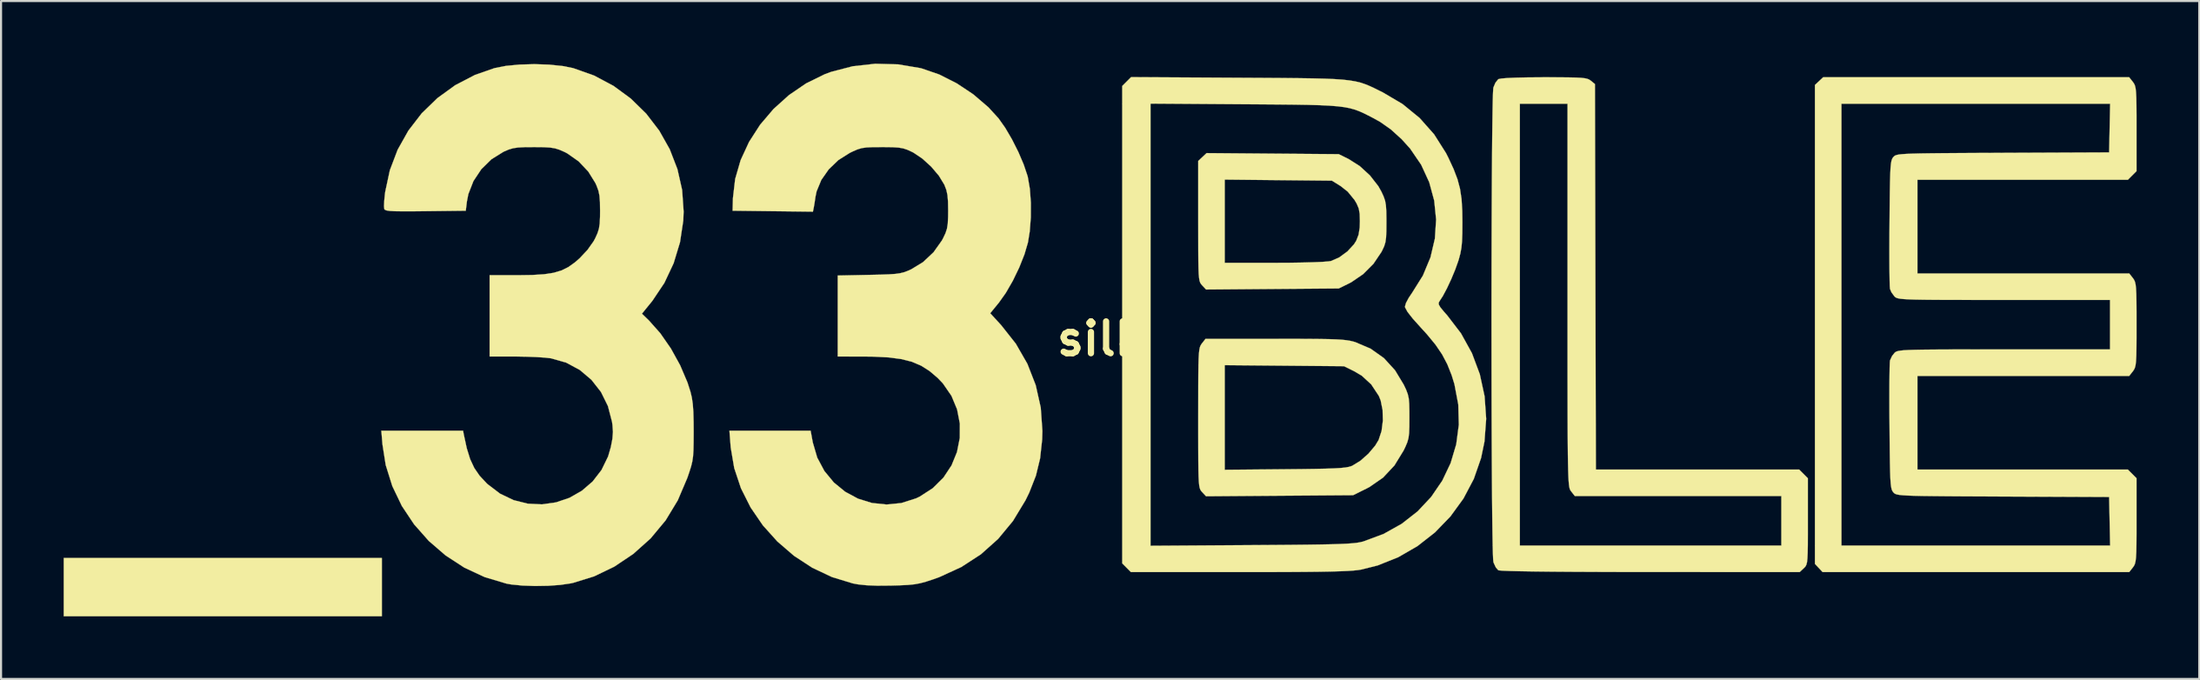
<source format=kicad_pcb>
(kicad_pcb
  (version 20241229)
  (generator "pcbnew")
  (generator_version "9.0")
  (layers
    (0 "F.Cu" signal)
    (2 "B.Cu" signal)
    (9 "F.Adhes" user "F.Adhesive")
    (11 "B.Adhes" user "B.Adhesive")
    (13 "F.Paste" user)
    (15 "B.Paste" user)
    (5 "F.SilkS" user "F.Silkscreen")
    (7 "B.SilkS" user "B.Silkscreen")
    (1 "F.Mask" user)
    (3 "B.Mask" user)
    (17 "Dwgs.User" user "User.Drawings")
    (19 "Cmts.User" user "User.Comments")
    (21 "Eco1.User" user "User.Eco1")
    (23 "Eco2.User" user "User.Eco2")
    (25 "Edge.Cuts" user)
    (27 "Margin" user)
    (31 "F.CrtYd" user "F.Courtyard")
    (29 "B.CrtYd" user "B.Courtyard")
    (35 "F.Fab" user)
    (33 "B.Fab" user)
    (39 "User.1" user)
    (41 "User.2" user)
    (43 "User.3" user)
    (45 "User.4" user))
  (footprint "silk"
    (layer "F.Cu")
    (at 49.62 13.184)
    (property "Reference" "silk" (at 0 0 0) (layer "F.SilkS") (effects (font (size 1.524 1.524) (thickness 0.3))))
    (attr through_hole)
    (fp_poly (pts (xy -34.375 13.293) (xy -49.615 13.293) (xy -49.615 10.499) (xy -34.375 10.499) (xy -34.375 13.293)) (stroke (width 0.01) (type solid)) (fill yes) (layer "F.SilkS"))
    (fp_poly (pts (xy 8.307 -8.873) (xy 11.472 -8.848) (xy 11.949 -8.613) (xy 12.478 -8.278) (xy 12.968 -7.829) (xy 13.367 -7.318) (xy 13.518 -7.051) (xy 13.623 -6.823) (xy 13.693 -6.622) (xy 13.733 -6.402) (xy 13.752 -6.117) (xy 13.758 -5.722) (xy 13.758 -5.588) (xy 13.755 -5.157) (xy 13.741 -4.85) (xy 13.709 -4.625) (xy 13.651 -4.435) (xy 13.559 -4.237) (xy 13.518 -4.159) (xy 13.139 -3.597) (xy 12.641 -3.098) (xy 12.076 -2.712) (xy 11.978 -2.661) (xy 11.472 -2.413) (xy 8.294 -2.388) (xy 5.117 -2.363) (xy 4.929 -2.563) (xy 4.879 -2.62) (xy 4.838 -2.685) (xy 4.806 -2.775) (xy 4.783 -2.909) (xy 4.765 -3.104) (xy 4.754 -3.378) (xy 4.749 -3.641) (xy 6.011 -3.641) (xy 8.403 -3.641) (xy 9.092 -3.644) (xy 9.716 -3.654) (xy 10.253 -3.668) (xy 10.681 -3.686) (xy 10.979 -3.709) (xy 11.11 -3.729) (xy 11.505 -3.905) (xy 11.89 -4.188) (xy 12.203 -4.527) (xy 12.312 -4.699) (xy 12.424 -4.986) (xy 12.479 -5.332) (xy 12.488 -5.637) (xy 12.478 -5.986) (xy 12.434 -6.239) (xy 12.339 -6.468) (xy 12.232 -6.651) (xy 11.905 -7.051) (xy 11.562 -7.321) (xy 11.147 -7.578) (xy 8.579 -7.603) (xy 6.011 -7.629) (xy 6.011 -3.641) (xy 4.749 -3.641) (xy 4.747 -3.75) (xy 4.743 -4.236) (xy 4.742 -4.856) (xy 4.741 -5.627) (xy 4.741 -8.522) (xy 4.941 -8.71) (xy 5.142 -8.898) (xy 8.307 -8.873)) (stroke (width 0.01) (type solid)) (fill yes) (layer "F.SilkS"))
    (fp_poly (pts (xy 9.274 0.001) (xy 9.973 0.003) (xy 10.539 0.008) (xy 10.991 0.015) (xy 11.346 0.027) (xy 11.622 0.044) (xy 11.838 0.066) (xy 12.012 0.094) (xy 12.161 0.129) (xy 12.269 0.16) (xy 13.002 0.473) (xy 13.638 0.924) (xy 14.172 1.509) (xy 14.587 2.195) (xy 14.703 2.441) (xy 14.78 2.646) (xy 14.827 2.853) (xy 14.85 3.11) (xy 14.858 3.46) (xy 14.859 3.769) (xy 14.857 4.207) (xy 14.845 4.52) (xy 14.815 4.755) (xy 14.759 4.956) (xy 14.669 5.17) (xy 14.58 5.355) (xy 14.143 6.067) (xy 13.598 6.649) (xy 12.946 7.1) (xy 12.803 7.175) (xy 12.159 7.493) (xy 8.638 7.518) (xy 5.117 7.544) (xy 4.929 7.344) (xy 4.882 7.291) (xy 4.844 7.231) (xy 4.813 7.148) (xy 4.789 7.026) (xy 4.771 6.848) (xy 4.758 6.597) (xy 4.75 6.275) (xy 6.011 6.275) (xy 8.911 6.249) (xy 9.709 6.241) (xy 10.355 6.232) (xy 10.868 6.221) (xy 11.267 6.207) (xy 11.568 6.189) (xy 11.791 6.166) (xy 11.953 6.137) (xy 12.073 6.102) (xy 12.123 6.081) (xy 12.51 5.844) (xy 12.895 5.504) (xy 13.221 5.117) (xy 13.386 4.843) (xy 13.526 4.418) (xy 13.589 3.919) (xy 13.575 3.409) (xy 13.483 2.951) (xy 13.394 2.733) (xy 13.03 2.183) (xy 12.576 1.766) (xy 12.207 1.549) (xy 11.726 1.312) (xy 6.011 1.262) (xy 6.011 6.275) (xy 4.75 6.275) (xy 4.75 6.257) (xy 4.745 5.812) (xy 4.742 5.244) (xy 4.741 4.539) (xy 4.741 3.795) (xy 4.742 2.953) (xy 4.743 2.264) (xy 4.746 1.712) (xy 4.752 1.278) (xy 4.761 0.948) (xy 4.775 0.704) (xy 4.794 0.53) (xy 4.819 0.409) (xy 4.851 0.324) (xy 4.89 0.259) (xy 4.917 0.223) (xy 5.092 0) (xy 8.423 0) (xy 9.274 0.001)) (stroke (width 0.01) (type solid)) (fill yes) (layer "F.SilkS"))
    (fp_poly (pts (xy 21.964 -12.53) (xy 22.459 -12.526) (xy 22.829 -12.518) (xy 23.095 -12.504) (xy 23.28 -12.482) (xy 23.406 -12.451) (xy 23.494 -12.409) (xy 23.549 -12.369) (xy 23.749 -12.207) (xy 23.771 -2.971) (xy 23.794 6.265) (xy 33.536 6.265) (xy 33.744 6.473) (xy 33.951 6.681) (xy 33.951 8.744) (xy 33.951 9.388) (xy 33.949 9.883) (xy 33.942 10.252) (xy 33.93 10.517) (xy 33.911 10.699) (xy 33.881 10.819) (xy 33.841 10.9) (xy 33.787 10.962) (xy 33.755 10.992) (xy 33.559 11.176) (xy 26.411 11.173) (xy 25.017 11.172) (xy 23.762 11.168) (xy 22.648 11.163) (xy 21.679 11.156) (xy 20.86 11.147) (xy 20.193 11.136) (xy 19.682 11.124) (xy 19.332 11.11) (xy 19.146 11.094) (xy 19.117 11.086) (xy 19 10.953) (xy 18.898 10.733) (xy 18.884 10.687) (xy 18.872 10.557) (xy 18.86 10.269) (xy 18.849 9.837) (xy 18.839 9.273) (xy 18.83 8.588) (xy 18.822 7.795) (xy 18.815 6.907) (xy 18.809 5.936) (xy 18.804 4.893) (xy 18.8 3.792) (xy 18.797 2.645) (xy 18.795 1.463) (xy 18.794 0.26) (xy 18.793 -0.953) (xy 18.794 -2.163) (xy 18.796 -3.358) (xy 18.799 -4.526) (xy 18.802 -5.653) (xy 18.807 -6.729) (xy 18.812 -7.741) (xy 18.819 -8.676) (xy 18.826 -9.523) (xy 18.835 -10.268) (xy 18.844 -10.9) (xy 18.851 -11.261) (xy 20.151 -11.261) (xy 20.151 9.906) (xy 32.681 9.906) (xy 32.681 7.535) (xy 22.788 7.535) (xy 22.612 7.312) (xy 22.585 7.275) (xy 22.56 7.233) (xy 22.538 7.174) (xy 22.519 7.091) (xy 22.503 6.973) (xy 22.489 6.81) (xy 22.477 6.594) (xy 22.467 6.314) (xy 22.459 5.96) (xy 22.452 5.524) (xy 22.447 4.995) (xy 22.443 4.364) (xy 22.44 3.622) (xy 22.439 2.758) (xy 22.437 1.763) (xy 22.437 0.628) (xy 22.437 -0.658) (xy 22.437 -2.086) (xy 22.437 -11.261) (xy 20.151 -11.261) (xy 18.851 -11.261) (xy 18.854 -11.406) (xy 18.865 -11.774) (xy 18.878 -11.992) (xy 18.885 -12.043) (xy 18.982 -12.272) (xy 19.109 -12.429) (xy 19.133 -12.445) (xy 19.268 -12.472) (xy 19.554 -12.495) (xy 19.97 -12.513) (xy 20.499 -12.525) (xy 21.121 -12.53) (xy 21.321 -12.531) (xy 21.964 -12.53)) (stroke (width 0.01) (type solid)) (fill yes) (layer "F.SilkS"))
    (fp_poly (pts (xy 6.667 -12.509) (xy 7.77 -12.503) (xy 8.718 -12.497) (xy 9.526 -12.489) (xy 10.209 -12.479) (xy 10.781 -12.465) (xy 11.259 -12.445) (xy 11.655 -12.418) (xy 11.985 -12.381) (xy 12.264 -12.335) (xy 12.507 -12.277) (xy 12.728 -12.205) (xy 12.941 -12.119) (xy 13.163 -12.016) (xy 13.407 -11.895) (xy 13.589 -11.805) (xy 14.533 -11.248) (xy 15.351 -10.579) (xy 16.044 -9.797) (xy 16.613 -8.899) (xy 16.725 -8.678) (xy 16.979 -8.129) (xy 17.162 -7.649) (xy 17.284 -7.189) (xy 17.358 -6.7) (xy 17.392 -6.131) (xy 17.399 -5.588) (xy 17.395 -5.067) (xy 17.381 -4.672) (xy 17.351 -4.36) (xy 17.301 -4.087) (xy 17.226 -3.811) (xy 17.201 -3.729) (xy 17.052 -3.311) (xy 16.863 -2.857) (xy 16.658 -2.419) (xy 16.46 -2.048) (xy 16.315 -1.825) (xy 16.263 -1.734) (xy 16.268 -1.639) (xy 16.345 -1.506) (xy 16.512 -1.303) (xy 16.668 -1.127) (xy 17.331 -0.262) (xy 17.855 0.686) (xy 18.233 1.697) (xy 18.462 2.753) (xy 18.538 3.835) (xy 18.456 4.924) (xy 18.294 5.71) (xy 17.945 6.713) (xy 17.45 7.651) (xy 16.825 8.51) (xy 16.085 9.275) (xy 15.247 9.931) (xy 14.326 10.463) (xy 13.338 10.858) (xy 12.559 11.054) (xy 12.391 11.081) (xy 12.173 11.103) (xy 11.893 11.122) (xy 11.539 11.137) (xy 11.096 11.15) (xy 10.553 11.16) (xy 9.897 11.167) (xy 9.113 11.172) (xy 8.191 11.175) (xy 7.117 11.176) (xy 6.72 11.176) (xy 1.516 11.176) (xy 1.308 10.968) (xy 1.101 10.76) (xy 1.101 9.916) (xy 2.455 9.916) (xy 7.303 9.885) (xy 8.349 9.878) (xy 9.239 9.871) (xy 9.989 9.863) (xy 10.612 9.854) (xy 11.123 9.844) (xy 11.534 9.831) (xy 11.862 9.816) (xy 12.119 9.798) (xy 12.32 9.777) (xy 12.479 9.751) (xy 12.611 9.721) (xy 12.658 9.708) (xy 13.623 9.349) (xy 14.49 8.864) (xy 15.253 8.268) (xy 15.903 7.574) (xy 16.434 6.798) (xy 16.836 5.953) (xy 17.104 5.054) (xy 17.228 4.115) (xy 17.202 3.15) (xy 17.018 2.175) (xy 16.884 1.741) (xy 16.676 1.219) (xy 16.426 0.745) (xy 16.108 0.277) (xy 15.694 -0.225) (xy 15.388 -0.56) (xy 15.014 -0.977) (xy 14.77 -1.289) (xy 14.656 -1.497) (xy 14.647 -1.549) (xy 14.696 -1.717) (xy 14.825 -1.96) (xy 14.991 -2.207) (xy 15.507 -3.032) (xy 15.87 -3.903) (xy 16.081 -4.803) (xy 16.14 -5.715) (xy 16.049 -6.621) (xy 15.81 -7.502) (xy 15.423 -8.342) (xy 14.889 -9.122) (xy 14.487 -9.566) (xy 13.973 -10.032) (xy 13.463 -10.391) (xy 13.157 -10.562) (xy 12.896 -10.697) (xy 12.666 -10.812) (xy 12.449 -10.908) (xy 12.231 -10.987) (xy 11.995 -11.052) (xy 11.726 -11.103) (xy 11.407 -11.142) (xy 11.023 -11.172) (xy 10.558 -11.194) (xy 9.997 -11.21) (xy 9.322 -11.221) (xy 8.519 -11.229) (xy 7.571 -11.236) (xy 6.964 -11.24) (xy 2.455 -11.271) (xy 2.455 9.916) (xy 1.101 9.916) (xy 1.101 -12.115) (xy 1.524 -12.538) (xy 6.667 -12.509)) (stroke (width 0.01) (type solid)) (fill yes) (layer "F.SilkS"))
    (fp_poly (pts (xy -9.641 -13.15) (xy -8.575 -12.971) (xy -8.509 -12.954) (xy -7.67 -12.666) (xy -6.829 -12.241) (xy -6.029 -11.708) (xy -5.31 -11.092) (xy -4.826 -10.562) (xy -4.508 -10.112) (xy -4.182 -9.556) (xy -3.877 -8.951) (xy -3.621 -8.352) (xy -3.442 -7.818) (xy -3.423 -7.747) (xy -3.326 -7.184) (xy -3.278 -6.521) (xy -3.28 -5.821) (xy -3.332 -5.144) (xy -3.418 -4.614) (xy -3.584 -4.049) (xy -3.834 -3.42) (xy -4.14 -2.786) (xy -4.476 -2.203) (xy -4.808 -1.735) (xy -5.225 -1.226) (xy -4.705 -0.659) (xy -3.999 0.233) (xy -3.445 1.197) (xy -3.045 2.221) (xy -2.804 3.297) (xy -2.725 4.415) (xy -2.737 4.826) (xy -2.835 5.727) (xy -3.035 6.553) (xy -3.356 7.371) (xy -3.536 7.738) (xy -4.135 8.727) (xy -4.848 9.589) (xy -5.673 10.325) (xy -6.611 10.934) (xy -7.661 11.416) (xy -7.959 11.523) (xy -8.297 11.634) (xy -8.582 11.711) (xy -8.86 11.762) (xy -9.177 11.793) (xy -9.58 11.812) (xy -9.991 11.823) (xy -10.636 11.828) (xy -11.149 11.808) (xy -11.566 11.764) (xy -11.811 11.718) (xy -12.808 11.414) (xy -13.752 10.968) (xy -14.628 10.396) (xy -15.422 9.712) (xy -16.12 8.935) (xy -16.706 8.079) (xy -17.168 7.16) (xy -17.49 6.195) (xy -17.659 5.2) (xy -17.663 5.143) (xy -17.72 4.403) (xy -13.83 4.403) (xy -13.727 4.964) (xy -13.514 5.691) (xy -13.171 6.334) (xy -12.718 6.883) (xy -12.174 7.328) (xy -11.559 7.659) (xy -10.892 7.866) (xy -10.194 7.939) (xy -9.483 7.869) (xy -8.78 7.645) (xy -8.601 7.56) (xy -7.975 7.155) (xy -7.466 6.65) (xy -7.079 6.066) (xy -6.817 5.425) (xy -6.683 4.749) (xy -6.68 4.061) (xy -6.812 3.381) (xy -7.082 2.732) (xy -7.493 2.136) (xy -7.744 1.873) (xy -8.132 1.543) (xy -8.534 1.288) (xy -8.976 1.1) (xy -9.488 0.97) (xy -10.095 0.89) (xy -10.827 0.853) (xy -11.282 0.848) (xy -12.531 0.847) (xy -12.531 -3.032) (xy -11.028 -3.063) (xy -10.483 -3.075) (xy -10.076 -3.09) (xy -9.774 -3.11) (xy -9.546 -3.142) (xy -9.36 -3.188) (xy -9.183 -3.253) (xy -9.008 -3.331) (xy -8.443 -3.676) (xy -7.94 -4.149) (xy -7.541 -4.71) (xy -7.479 -4.826) (xy -7.367 -5.063) (xy -7.297 -5.276) (xy -7.259 -5.518) (xy -7.243 -5.84) (xy -7.24 -6.138) (xy -7.247 -6.572) (xy -7.273 -6.887) (xy -7.327 -7.135) (xy -7.415 -7.365) (xy -7.425 -7.387) (xy -7.684 -7.814) (xy -8.051 -8.247) (xy -8.476 -8.634) (xy -8.907 -8.923) (xy -8.965 -8.953) (xy -9.188 -9.056) (xy -9.388 -9.123) (xy -9.61 -9.162) (xy -9.901 -9.181) (xy -10.304 -9.186) (xy -10.415 -9.186) (xy -10.844 -9.184) (xy -11.151 -9.17) (xy -11.383 -9.137) (xy -11.588 -9.075) (xy -11.814 -8.977) (xy -11.956 -8.908) (xy -12.499 -8.565) (xy -12.962 -8.121) (xy -13.319 -7.611) (xy -13.544 -7.065) (xy -13.599 -6.801) (xy -13.638 -6.533) (xy -13.677 -6.305) (xy -13.681 -6.285) (xy -13.72 -6.093) (xy -17.568 -6.138) (xy -17.552 -6.742) (xy -17.445 -7.659) (xy -17.183 -8.562) (xy -16.78 -9.434) (xy -16.251 -10.256) (xy -15.61 -11.009) (xy -14.871 -11.675) (xy -14.049 -12.237) (xy -13.158 -12.675) (xy -12.846 -12.791) (xy -11.813 -13.059) (xy -10.732 -13.179) (xy -9.641 -13.15)) (stroke (width 0.01) (type solid)) (fill yes) (layer "F.SilkS"))
    (fp_poly (pts (xy 49.524 -12.308) (xy 49.579 -12.229) (xy 49.622 -12.137) (xy 49.653 -12.009) (xy 49.674 -11.824) (xy 49.688 -11.558) (xy 49.695 -11.19) (xy 49.699 -10.697) (xy 49.699 -10.06) (xy 49.699 -8.036) (xy 49.492 -7.828) (xy 49.284 -7.62) (xy 39.201 -7.62) (xy 39.201 -3.133) (xy 49.348 -3.133) (xy 49.524 -2.91) (xy 49.579 -2.831) (xy 49.622 -2.738) (xy 49.653 -2.61) (xy 49.674 -2.424) (xy 49.688 -2.157) (xy 49.695 -1.787) (xy 49.699 -1.291) (xy 49.699 -0.677) (xy 49.699 -0.04) (xy 49.695 0.449) (xy 49.688 0.815) (xy 49.674 1.078) (xy 49.652 1.262) (xy 49.62 1.388) (xy 49.577 1.479) (xy 49.524 1.555) (xy 49.348 1.778) (xy 39.201 1.778) (xy 39.201 6.265) (xy 49.284 6.265) (xy 49.492 6.473) (xy 49.699 6.681) (xy 49.699 8.705) (xy 49.699 9.345) (xy 49.695 9.837) (xy 49.688 10.205) (xy 49.674 10.47) (xy 49.652 10.656) (xy 49.621 10.783) (xy 49.579 10.875) (xy 49.524 10.953) (xy 49.348 11.176) (xy 34.658 11.176) (xy 34.29 10.784) (xy 34.29 -11.261) (xy 35.56 -11.261) (xy 35.56 9.906) (xy 48.434 9.906) (xy 48.387 7.578) (xy 43.298 7.556) (xy 42.244 7.551) (xy 41.346 7.547) (xy 40.591 7.542) (xy 39.966 7.536) (xy 39.459 7.53) (xy 39.055 7.521) (xy 38.744 7.51) (xy 38.51 7.496) (xy 38.342 7.479) (xy 38.225 7.458) (xy 38.148 7.433) (xy 38.098 7.404) (xy 38.06 7.369) (xy 38.049 7.357) (xy 38.006 7.3) (xy 37.971 7.224) (xy 37.944 7.111) (xy 37.922 6.943) (xy 37.905 6.702) (xy 37.893 6.372) (xy 37.883 5.935) (xy 37.875 5.373) (xy 37.868 4.669) (xy 37.864 4.203) (xy 37.859 3.502) (xy 37.858 2.849) (xy 37.859 2.265) (xy 37.863 1.77) (xy 37.869 1.385) (xy 37.878 1.132) (xy 37.887 1.035) (xy 37.984 0.826) (xy 38.102 0.675) (xy 38.141 0.64) (xy 38.193 0.611) (xy 38.269 0.586) (xy 38.384 0.566) (xy 38.55 0.549) (xy 38.781 0.536) (xy 39.089 0.526) (xy 39.488 0.519) (xy 39.99 0.514) (xy 40.608 0.511) (xy 41.356 0.509) (xy 42.247 0.508) (xy 43.293 0.508) (xy 48.429 0.508) (xy 48.429 -1.863) (xy 43.349 -1.863) (xy 42.295 -1.863) (xy 41.397 -1.864) (xy 40.642 -1.865) (xy 40.017 -1.868) (xy 39.51 -1.873) (xy 39.107 -1.88) (xy 38.794 -1.89) (xy 38.56 -1.903) (xy 38.391 -1.919) (xy 38.274 -1.94) (xy 38.196 -1.964) (xy 38.143 -1.994) (xy 38.104 -2.028) (xy 38.102 -2.03) (xy 37.956 -2.228) (xy 37.887 -2.39) (xy 37.876 -2.517) (xy 37.868 -2.794) (xy 37.862 -3.197) (xy 37.859 -3.708) (xy 37.858 -4.305) (xy 37.86 -4.967) (xy 37.864 -5.558) (xy 37.871 -6.35) (xy 37.878 -6.989) (xy 37.887 -7.495) (xy 37.898 -7.883) (xy 37.912 -8.172) (xy 37.931 -8.379) (xy 37.955 -8.521) (xy 37.986 -8.616) (xy 38.024 -8.681) (xy 38.049 -8.711) (xy 38.085 -8.748) (xy 38.13 -8.779) (xy 38.198 -8.806) (xy 38.3 -8.828) (xy 38.451 -8.846) (xy 38.663 -8.861) (xy 38.949 -8.872) (xy 39.323 -8.882) (xy 39.796 -8.889) (xy 40.383 -8.895) (xy 41.096 -8.9) (xy 41.949 -8.905) (xy 42.953 -8.909) (xy 43.298 -8.911) (xy 48.387 -8.932) (xy 48.411 -10.097) (xy 48.434 -11.261) (xy 35.56 -11.261) (xy 34.29 -11.261) (xy 34.29 -12.162) (xy 34.682 -12.531) (xy 49.348 -12.531) (xy 49.524 -12.308)) (stroke (width 0.01) (type solid)) (fill yes) (layer "F.SilkS"))
    (fp_poly (pts (xy -26.358 -13.137) (xy -25.709 -13.07) (xy -25.21 -12.97) (xy -24.204 -12.614) (xy -23.279 -12.122) (xy -22.443 -11.508) (xy -21.708 -10.788) (xy -21.084 -9.975) (xy -20.582 -9.085) (xy -20.213 -8.132) (xy -19.987 -7.132) (xy -19.915 -6.097) (xy -19.932 -5.663) (xy -20.088 -4.628) (xy -20.393 -3.623) (xy -20.837 -2.68) (xy -21.406 -1.829) (xy -21.456 -1.766) (xy -21.913 -1.204) (xy -21.576 -0.877) (xy -21.033 -0.266) (xy -20.525 0.465) (xy -20.082 1.267) (xy -19.731 2.091) (xy -19.587 2.54) (xy -19.522 2.814) (xy -19.477 3.121) (xy -19.45 3.496) (xy -19.437 3.976) (xy -19.434 4.445) (xy -19.437 4.957) (xy -19.445 5.34) (xy -19.464 5.635) (xy -19.501 5.883) (xy -19.56 6.125) (xy -19.648 6.401) (xy -19.74 6.669) (xy -20.197 7.741) (xy -20.78 8.702) (xy -21.492 9.557) (xy -21.505 9.571) (xy -22.329 10.307) (xy -23.235 10.915) (xy -24.203 11.381) (xy -25.207 11.692) (xy -25.333 11.719) (xy -25.826 11.791) (xy -26.413 11.833) (xy -27.038 11.843) (xy -27.643 11.822) (xy -28.171 11.77) (xy -28.406 11.728) (xy -29.446 11.417) (xy -30.422 10.963) (xy -31.319 10.38) (xy -32.126 9.684) (xy -32.829 8.889) (xy -33.416 8.008) (xy -33.873 7.056) (xy -34.189 6.048) (xy -34.344 5.062) (xy -34.399 4.403) (xy -30.483 4.403) (xy -30.447 4.593) (xy -30.306 5.243) (xy -30.145 5.762) (xy -29.947 6.187) (xy -29.693 6.557) (xy -29.365 6.91) (xy -29.307 6.965) (xy -28.708 7.421) (xy -28.06 7.73) (xy -27.384 7.899) (xy -26.699 7.932) (xy -26.026 7.836) (xy -25.384 7.618) (xy -24.794 7.282) (xy -24.275 6.836) (xy -23.849 6.285) (xy -23.533 5.636) (xy -23.403 5.188) (xy -23.326 4.786) (xy -23.301 4.46) (xy -23.324 4.127) (xy -23.347 3.968) (xy -23.542 3.221) (xy -23.875 2.547) (xy -24.331 1.965) (xy -24.891 1.491) (xy -25.539 1.142) (xy -26.26 0.936) (xy -26.289 0.931) (xy -26.566 0.9) (xy -26.963 0.874) (xy -27.431 0.856) (xy -27.919 0.847) (xy -28.003 0.847) (xy -29.21 0.847) (xy -29.21 -3.048) (xy -27.864 -3.048) (xy -27.163 -3.058) (xy -26.6 -3.094) (xy -26.145 -3.163) (xy -25.769 -3.275) (xy -25.44 -3.437) (xy -25.13 -3.658) (xy -24.897 -3.861) (xy -24.525 -4.256) (xy -24.232 -4.668) (xy -24.154 -4.811) (xy -24.043 -5.057) (xy -23.973 -5.277) (xy -23.935 -5.524) (xy -23.92 -5.853) (xy -23.918 -6.138) (xy -23.924 -6.555) (xy -23.947 -6.857) (xy -23.997 -7.098) (xy -24.083 -7.332) (xy -24.144 -7.467) (xy -24.485 -8.016) (xy -24.948 -8.504) (xy -25.485 -8.882) (xy -25.637 -8.96) (xy -25.867 -9.06) (xy -26.076 -9.126) (xy -26.31 -9.164) (xy -26.616 -9.182) (xy -27.039 -9.186) (xy -27.093 -9.186) (xy -27.532 -9.183) (xy -27.849 -9.167) (xy -28.088 -9.131) (xy -28.297 -9.069) (xy -28.522 -8.973) (xy -28.549 -8.96) (xy -29.122 -8.604) (xy -29.609 -8.126) (xy -29.986 -7.559) (xy -30.23 -6.934) (xy -30.3 -6.574) (xy -30.353 -6.138) (xy -32.281 -6.116) (xy -32.912 -6.109) (xy -33.393 -6.109) (xy -33.744 -6.114) (xy -33.987 -6.127) (xy -34.14 -6.149) (xy -34.224 -6.18) (xy -34.258 -6.22) (xy -34.27 -6.36) (xy -34.259 -6.617) (xy -34.226 -6.944) (xy -34.214 -7.037) (xy -33.991 -8.077) (xy -33.617 -9.061) (xy -33.103 -9.975) (xy -32.464 -10.805) (xy -31.711 -11.535) (xy -30.857 -12.153) (xy -29.915 -12.643) (xy -28.977 -12.97) (xy -28.43 -13.077) (xy -27.774 -13.14) (xy -27.065 -13.16) (xy -26.358 -13.137)) (stroke (width 0.01) (type solid)) (fill yes) (layer "F.SilkS")))
  (gr_rect
    (start -3 -3)
    (end 102.324 29.482)
    (stroke (width 0.1) (type default))
    (fill no)
    (layer "Edge.Cuts")))
</source>
